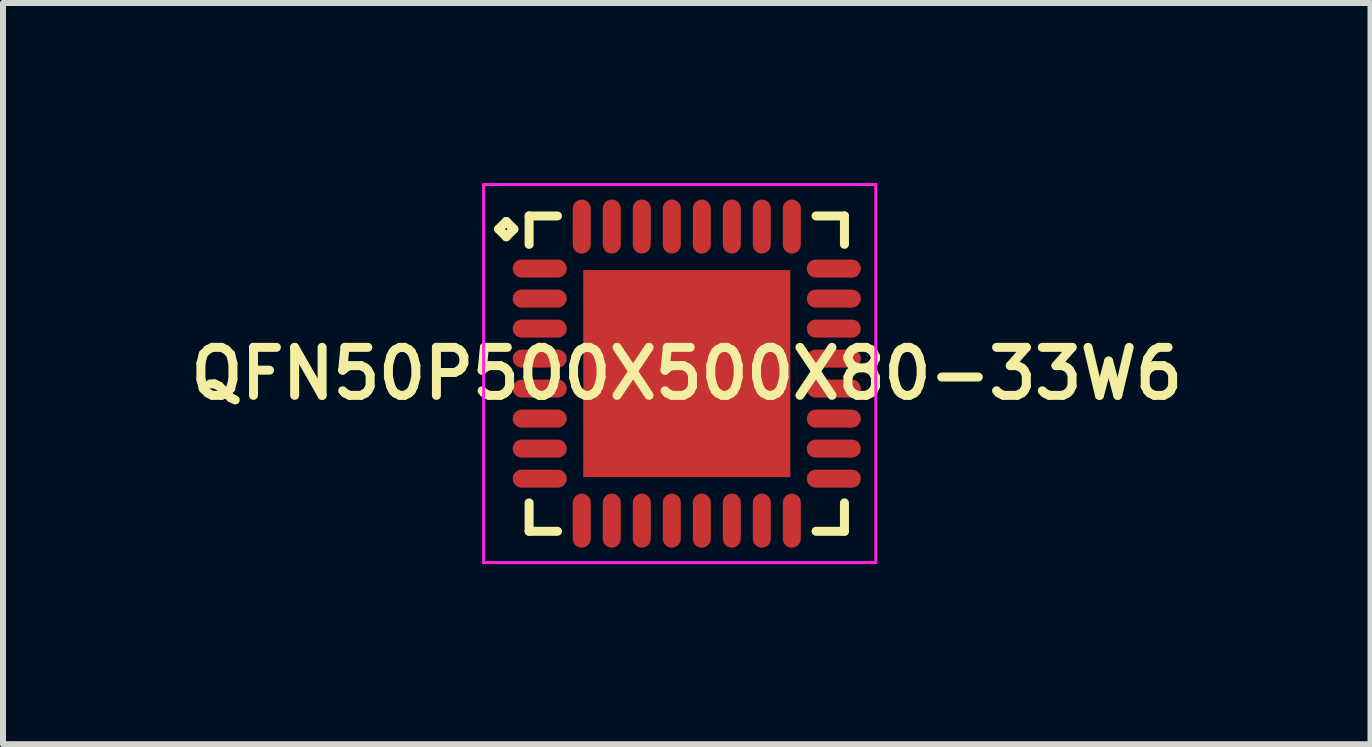
<source format=kicad_pcb>
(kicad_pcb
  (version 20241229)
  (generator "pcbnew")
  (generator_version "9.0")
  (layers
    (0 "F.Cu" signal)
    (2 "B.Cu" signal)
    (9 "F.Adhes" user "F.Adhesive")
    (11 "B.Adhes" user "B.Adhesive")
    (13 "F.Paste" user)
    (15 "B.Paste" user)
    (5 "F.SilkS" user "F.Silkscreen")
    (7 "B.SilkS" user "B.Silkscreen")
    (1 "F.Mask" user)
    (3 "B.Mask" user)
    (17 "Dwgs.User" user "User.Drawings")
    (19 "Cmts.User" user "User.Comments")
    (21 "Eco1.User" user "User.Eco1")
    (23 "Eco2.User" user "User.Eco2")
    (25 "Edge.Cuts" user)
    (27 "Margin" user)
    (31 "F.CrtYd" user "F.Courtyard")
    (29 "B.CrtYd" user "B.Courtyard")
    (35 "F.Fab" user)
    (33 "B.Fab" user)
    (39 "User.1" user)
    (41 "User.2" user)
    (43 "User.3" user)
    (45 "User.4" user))
  (footprint "QFN50P500X500X80-33W6"
    (layer "F.Cu")
    (at 8.393 3.175)
    (property "Reference" "QFN50P500X500X80-33W6" (at 0 0 0) (layer "F.SilkS") (effects (font (size 0.8 0.8) (thickness 0.15))))
    (attr smd)
    (fp_line (start -3.135 -2.408) (end -3.008 -2.535) (stroke (width 0.15) (type solid)) (layer "F.SilkS"))
    (fp_line (start -3.008 -2.535) (end -2.881 -2.408) (stroke (width 0.15) (type solid)) (layer "F.SilkS"))
    (fp_line (start -3.008 -2.281) (end -3.135 -2.408) (stroke (width 0.15) (type solid)) (layer "F.SilkS"))
    (fp_line (start -2.881 -2.408) (end -3.008 -2.281) (stroke (width 0.15) (type solid)) (layer "F.SilkS"))
    (fp_line (start -2.627 -2.627) (end -2.154 -2.627) (stroke (width 0.15) (type solid)) (layer "F.SilkS"))
    (fp_line (start -2.627 -2.154) (end -2.627 -2.627) (stroke (width 0.15) (type solid)) (layer "F.SilkS"))
    (fp_line (start -2.627 2.154) (end -2.627 2.627) (stroke (width 0.15) (type solid)) (layer "F.SilkS"))
    (fp_line (start -2.627 2.627) (end -2.154 2.627) (stroke (width 0.15) (type solid)) (layer "F.SilkS"))
    (fp_line (start 2.154 -2.627) (end 2.627 -2.627) (stroke (width 0.15) (type solid)) (layer "F.SilkS"))
    (fp_line (start 2.154 2.627) (end 2.627 2.627) (stroke (width 0.15) (type solid)) (layer "F.SilkS"))
    (fp_line (start 2.627 -2.627) (end 2.627 -2.154) (stroke (width 0.15) (type solid)) (layer "F.SilkS"))
    (fp_line (start 2.627 2.627) (end 2.627 2.154) (stroke (width 0.15) (type solid)) (layer "F.SilkS"))
    (fp_line (start -3.385 -3.15) (end 3.15 -3.15) (stroke (width 0.05) (type solid)) (layer "F.CrtYd"))
    (fp_line (start -3.385 3.15) (end -3.385 -3.15) (stroke (width 0.05) (type solid)) (layer "F.CrtYd"))
    (fp_line (start 3.15 -3.15) (end 3.15 3.15) (stroke (width 0.05) (type solid)) (layer "F.CrtYd"))
    (fp_line (start 3.15 3.15) (end -3.385 3.15) (stroke (width 0.05) (type solid)) (layer "F.CrtYd"))
    (pad "1" smd oval (at -2.45 -1.75) (size 0.9 0.3) (layers "F.Cu" "F.Mask" "F.Paste"))
    (pad "2" smd oval (at -2.45 -1.25) (size 0.9 0.3) (layers "F.Cu" "F.Mask" "F.Paste"))
    (pad "3" smd oval (at -2.45 -0.75) (size 0.9 0.3) (layers "F.Cu" "F.Mask" "F.Paste"))
    (pad "4" smd oval (at -2.45 -0.25) (size 0.9 0.3) (layers "F.Cu" "F.Mask" "F.Paste"))
    (pad "5" smd oval (at -2.45 0.25) (size 0.9 0.3) (layers "F.Cu" "F.Mask" "F.Paste"))
    (pad "6" smd oval (at -2.45 0.75) (size 0.9 0.3) (layers "F.Cu" "F.Mask" "F.Paste"))
    (pad "7" smd oval (at -2.45 1.25) (size 0.9 0.3) (layers "F.Cu" "F.Mask" "F.Paste"))
    (pad "8" smd oval (at -2.45 1.75) (size 0.9 0.3) (layers "F.Cu" "F.Mask" "F.Paste"))
    (pad "9" smd oval (at -1.75 2.45) (size 0.3 0.9) (layers "F.Cu" "F.Mask" "F.Paste"))
    (pad "10" smd oval (at -1.25 2.45) (size 0.3 0.9) (layers "F.Cu" "F.Mask" "F.Paste"))
    (pad "11" smd oval (at -0.75 2.45) (size 0.3 0.9) (layers "F.Cu" "F.Mask" "F.Paste"))
    (pad "12" smd oval (at -0.25 2.45) (size 0.3 0.9) (layers "F.Cu" "F.Mask" "F.Paste"))
    (pad "13" smd oval (at 0.25 2.45) (size 0.3 0.9) (layers "F.Cu" "F.Mask" "F.Paste"))
    (pad "14" smd oval (at 0.75 2.45) (size 0.3 0.9) (layers "F.Cu" "F.Mask" "F.Paste"))
    (pad "15" smd oval (at 1.25 2.45) (size 0.3 0.9) (layers "F.Cu" "F.Mask" "F.Paste"))
    (pad "16" smd oval (at 1.75 2.45) (size 0.3 0.9) (layers "F.Cu" "F.Mask" "F.Paste"))
    (pad "17" smd oval (at 2.45 1.75) (size 0.9 0.3) (layers "F.Cu" "F.Mask" "F.Paste"))
    (pad "18" smd oval (at 2.45 1.25) (size 0.9 0.3) (layers "F.Cu" "F.Mask" "F.Paste"))
    (pad "19" smd oval (at 2.45 0.75) (size 0.9 0.3) (layers "F.Cu" "F.Mask" "F.Paste"))
    (pad "20" smd oval (at 2.45 0.25) (size 0.9 0.3) (layers "F.Cu" "F.Mask" "F.Paste"))
    (pad "21" smd oval (at 2.45 -0.25) (size 0.9 0.3) (layers "F.Cu" "F.Mask" "F.Paste"))
    (pad "22" smd oval (at 2.45 -0.75) (size 0.9 0.3) (layers "F.Cu" "F.Mask" "F.Paste"))
    (pad "23" smd oval (at 2.45 -1.25) (size 0.9 0.3) (layers "F.Cu" "F.Mask" "F.Paste"))
    (pad "24" smd oval (at 2.45 -1.75) (size 0.9 0.3) (layers "F.Cu" "F.Mask" "F.Paste"))
    (pad "25" smd oval (at 1.75 -2.45) (size 0.3 0.9) (layers "F.Cu" "F.Mask" "F.Paste"))
    (pad "26" smd oval (at 1.25 -2.45) (size 0.3 0.9) (layers "F.Cu" "F.Mask" "F.Paste"))
    (pad "27" smd oval (at 0.75 -2.45) (size 0.3 0.9) (layers "F.Cu" "F.Mask" "F.Paste"))
    (pad "28" smd oval (at 0.25 -2.45) (size 0.3 0.9) (layers "F.Cu" "F.Mask" "F.Paste"))
    (pad "29" smd oval (at -0.25 -2.45) (size 0.3 0.9) (layers "F.Cu" "F.Mask" "F.Paste"))
    (pad "30" smd oval (at -0.75 -2.45) (size 0.3 0.9) (layers "F.Cu" "F.Mask" "F.Paste"))
    (pad "31" smd oval (at -1.25 -2.45) (size 0.3 0.9) (layers "F.Cu" "F.Mask" "F.Paste"))
    (pad "32" smd oval (at -1.75 -2.45) (size 0.3 0.9) (layers "F.Cu" "F.Mask" "F.Paste"))
    (pad "33" smd rect (at 0 0) (size 3.45 3.45) (layers "F.Cu" "F.Mask" "F.Paste")))
  (gr_rect
    (start -3 -3)
    (end 19.785 9.35)
    (stroke (width 0.1) (type default))
    (fill no)
    (layer "Edge.Cuts")))
</source>
